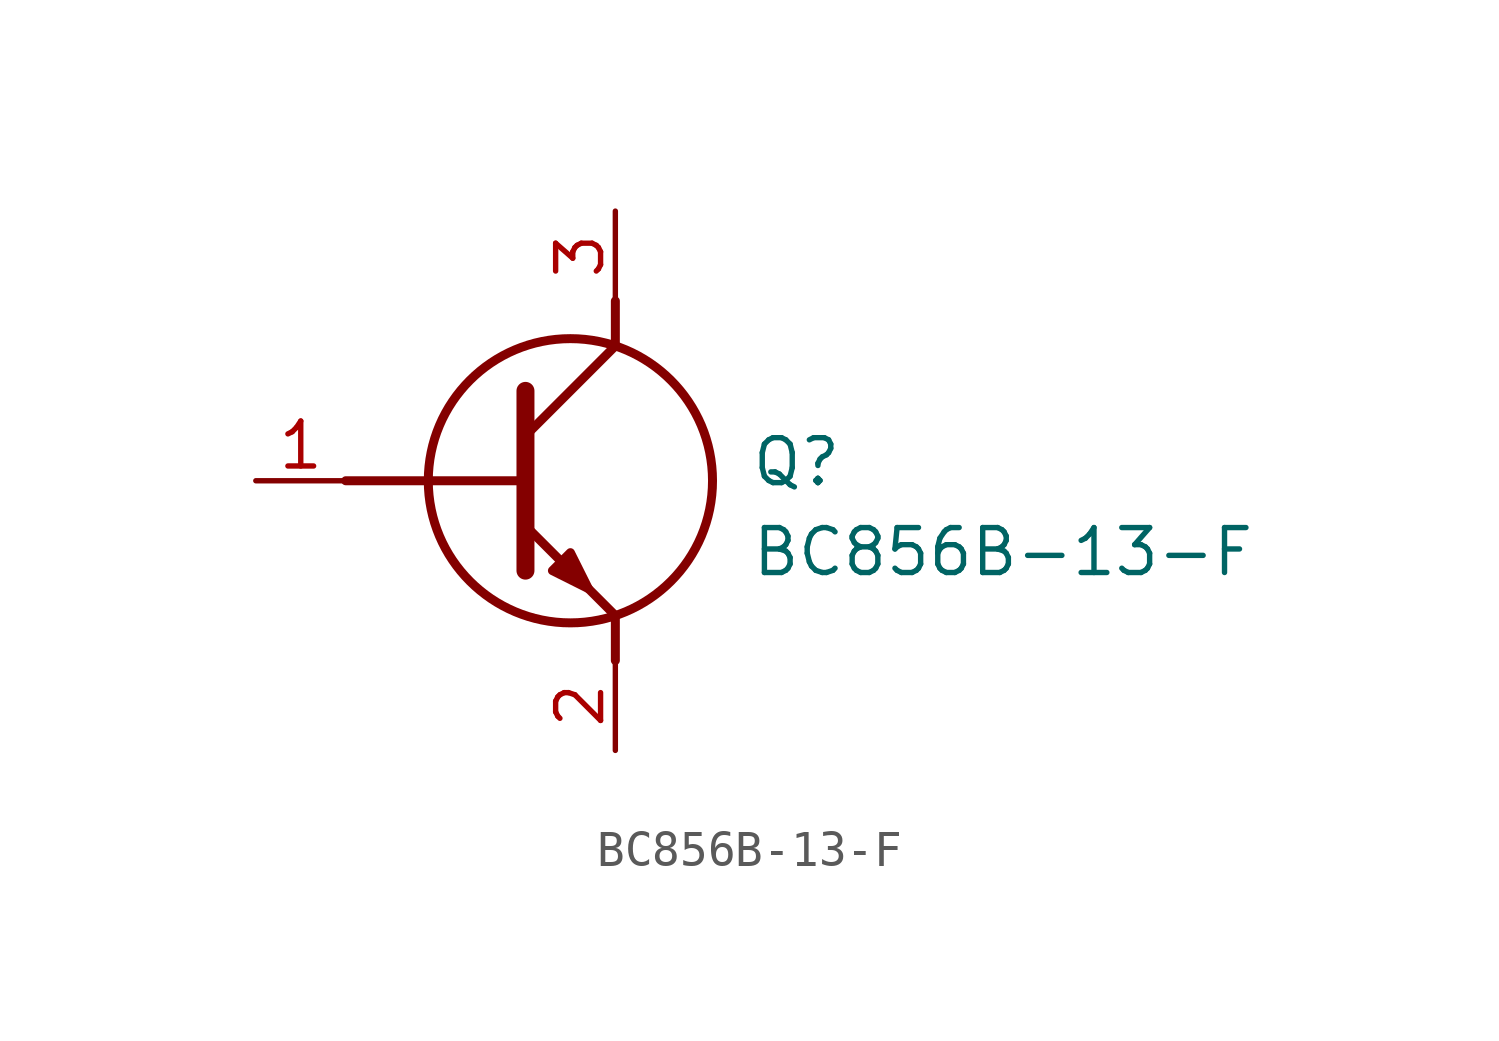
<source format=kicad_sym>
(kicad_symbol_lib
  (version 20211014)
  (generator SamacSys_ECAD_Model)
  (symbol "BC856B-13-F"
    (pin_names hide)
    (property "Reference" "Q"
      (at 13.97 1.27 0)
      (effects (font (size 1.27 1.27)) (justify left top)))
    (property "Value" "BC856B-13-F"
      (at 13.97 -1.27 0)
      (effects (font (size 1.27 1.27)) (justify left top)))
    (polyline
      (pts (xy 7.62 2.54) (xy 7.62 -2.54))
      (stroke (width 0.508) (type default))
      (fill (type none)))
    (polyline
      (pts (xy 7.62 1.27) (xy 10.16 3.81))
      (stroke (width 0.254) (type default))
      (fill (type none)))
    (polyline
      (pts (xy 7.62 -1.27) (xy 10.16 -3.81))
      (stroke (width 0.254) (type default))
      (fill (type none)))
    (polyline
      (pts (xy 10.16 -3.81) (xy 10.16 -5.08))
      (stroke (width 0.254) (type default))
      (fill (type none)))
    (polyline
      (pts (xy 10.16 3.81) (xy 10.16 5.08))
      (stroke (width 0.254) (type default))
      (fill (type none)))
    (polyline
      (pts (xy 2.54 0) (xy 7.62 0))
      (stroke (width 0.254) (type default))
      (fill (type none)))
    (circle
      (center 8.89 0)
      (radius 4.016)
      (stroke (width 0.254) (type default))
      (fill (type none)))
    (polyline
      (pts (xy 8.382 -2.54) (xy 8.89 -2.032) (xy 9.398 -3.048) (xy 8.382 -2.54))
      (stroke (width 0.254) (type default))
      (fill (type outline)))
    (pin passive line
      (at 0 0 0)
      (length 2.54)
      (name "B" (effects (font (size 1.27 1.27))))
      (number "1" (effects (font (size 1.27 1.27)))))
    (pin passive line
      (at 10.16 -7.62 90)
      (length 2.54)
      (name "E" (effects (font (size 1.27 1.27))))
      (number "2" (effects (font (size 1.27 1.27)))))
    (pin passive line
      (at 10.16 7.62 270)
      (length 2.54)
      (name "C" (effects (font (size 1.27 1.27))))
      (number "3" (effects (font (size 1.27 1.27)))))))
</source>
